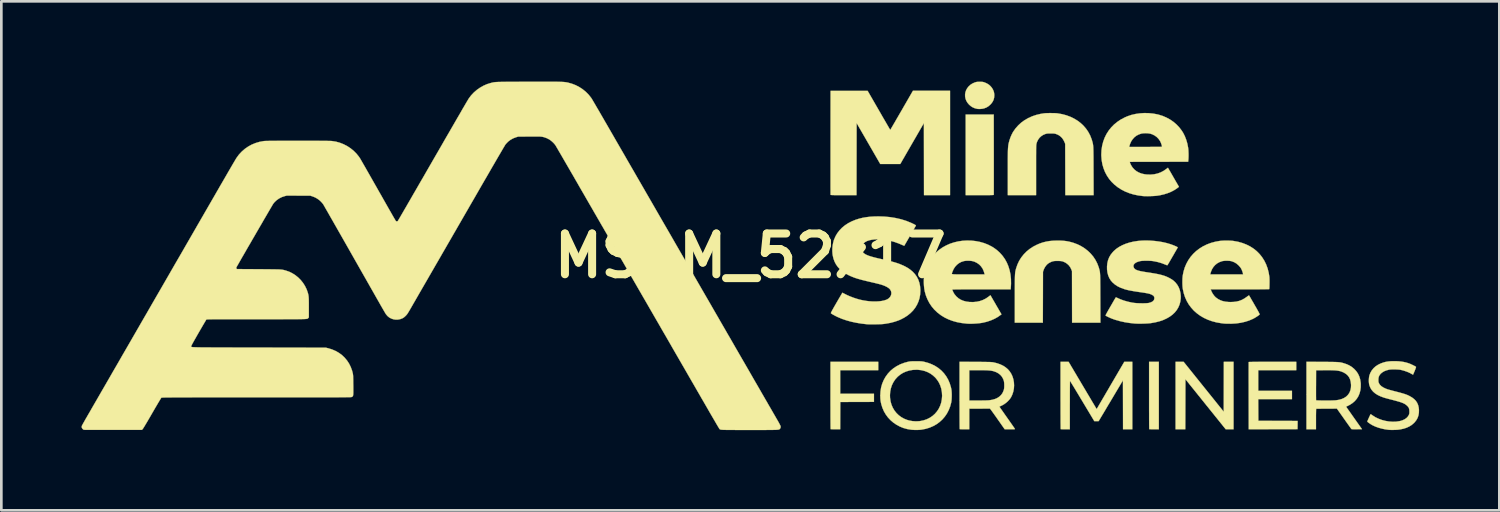
<source format=kicad_pcb>
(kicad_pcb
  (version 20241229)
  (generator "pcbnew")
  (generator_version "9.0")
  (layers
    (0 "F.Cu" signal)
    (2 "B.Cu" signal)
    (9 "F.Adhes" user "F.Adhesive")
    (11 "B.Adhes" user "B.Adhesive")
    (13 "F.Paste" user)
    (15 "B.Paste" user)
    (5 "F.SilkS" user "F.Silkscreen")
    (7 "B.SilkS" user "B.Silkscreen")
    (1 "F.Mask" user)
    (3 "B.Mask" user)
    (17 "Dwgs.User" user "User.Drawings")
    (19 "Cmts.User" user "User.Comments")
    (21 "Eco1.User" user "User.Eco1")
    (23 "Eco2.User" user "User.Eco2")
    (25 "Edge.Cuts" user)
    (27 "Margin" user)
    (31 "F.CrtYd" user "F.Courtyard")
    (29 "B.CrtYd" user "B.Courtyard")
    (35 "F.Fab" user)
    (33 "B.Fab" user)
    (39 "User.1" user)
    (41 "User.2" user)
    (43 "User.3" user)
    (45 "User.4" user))
  (footprint "MS4M_52x17"
    (layer "F.Cu")
    (at 25.003 6.515)
    (property "Reference" "MS4M_52x17" (at 0 0 0) (layer "F.SilkS") (effects (font (size 1.524 1.524) (thickness 0.3))))
    (attr through_hole)
    (fp_poly (pts (xy 18.068 6.485) (xy 17.775 6.485) (xy 17.022 5.549) (xy 16.269 4.613) (xy 16.267 5.549) (xy 16.264 6.485) (xy 15.9 6.485) (xy 15.9 3.962) (xy 16.051 3.963) (xy 16.201 3.963) (xy 16.95 4.895) (xy 17.7 5.828) (xy 17.702 4.895) (xy 17.704 3.962) (xy 18.068 3.962) (xy 18.068 6.485)) (stroke (width 0.01) (type solid)) (fill yes) (layer "F.SilkS"))
    (fp_poly (pts (xy 15.274 6.485) (xy 15.097 6.485) (xy 15.044 6.485) (xy 14.997 6.484) (xy 14.959 6.483) (xy 14.931 6.482) (xy 14.917 6.48) (xy 14.915 6.48) (xy 14.915 6.471) (xy 14.914 6.446) (xy 14.914 6.406) (xy 14.913 6.352) (xy 14.912 6.284) (xy 14.912 6.205) (xy 14.911 6.114) (xy 14.911 6.013) (xy 14.911 5.902) (xy 14.91 5.783) (xy 14.91 5.656) (xy 14.91 5.522) (xy 14.91 5.383) (xy 14.91 5.239) (xy 14.91 5.218) (xy 14.91 3.962) (xy 15.274 3.962) (xy 15.274 6.485)) (stroke (width 0.01) (type solid)) (fill yes) (layer "F.SilkS"))
    (fp_poly (pts (xy 4.784 4.276) (xy 3.361 4.276) (xy 3.361 5.156) (xy 4.623 5.156) (xy 4.623 5.461) (xy 3.365 5.465) (xy 3.363 5.975) (xy 3.361 6.485) (xy 3.185 6.485) (xy 3.132 6.485) (xy 3.085 6.484) (xy 3.046 6.483) (xy 3.018 6.482) (xy 3.004 6.48) (xy 3.003 6.48) (xy 3.002 6.471) (xy 3.002 6.446) (xy 3.001 6.406) (xy 3 6.352) (xy 3 6.284) (xy 2.999 6.205) (xy 2.999 6.114) (xy 2.998 6.013) (xy 2.998 5.902) (xy 2.998 5.783) (xy 2.998 5.656) (xy 2.997 5.522) (xy 2.997 5.383) (xy 2.997 5.239) (xy 2.997 5.218) (xy 2.997 3.962) (xy 4.784 3.962) (xy 4.784 4.276)) (stroke (width 0.01) (type solid)) (fill yes) (layer "F.SilkS"))
    (fp_poly (pts (xy 9.104 -3.79) (xy 9.104 -3.632) (xy 9.104 -3.479) (xy 9.104 -3.331) (xy 9.104 -3.189) (xy 9.104 -3.054) (xy 9.104 -2.927) (xy 9.104 -2.809) (xy 9.104 -2.701) (xy 9.104 -2.603) (xy 9.104 -2.517) (xy 9.104 -2.442) (xy 9.104 -2.381) (xy 9.104 -2.334) (xy 9.104 -2.302) (xy 9.103 -2.285) (xy 9.103 -2.283) (xy 9.102 -2.28) (xy 9.097 -2.278) (xy 9.089 -2.276) (xy 9.076 -2.274) (xy 9.056 -2.273) (xy 9.029 -2.272) (xy 8.993 -2.271) (xy 8.947 -2.27) (xy 8.889 -2.27) (xy 8.819 -2.269) (xy 8.735 -2.269) (xy 8.636 -2.269) (xy 8.576 -2.269) (xy 8.052 -2.269) (xy 8.052 -5.283) (xy 9.102 -5.283) (xy 9.104 -3.79)) (stroke (width 0.01) (type solid)) (fill yes) (layer "F.SilkS"))
    (fp_poly (pts (xy 8.625 -6.506) (xy 8.661 -6.505) (xy 8.689 -6.502) (xy 8.714 -6.497) (xy 8.741 -6.489) (xy 8.759 -6.483) (xy 8.848 -6.444) (xy 8.924 -6.396) (xy 8.989 -6.336) (xy 9.04 -6.271) (xy 9.081 -6.199) (xy 9.108 -6.127) (xy 9.121 -6.05) (xy 9.123 -5.999) (xy 9.116 -5.914) (xy 9.097 -5.838) (xy 9.064 -5.767) (xy 9.016 -5.699) (xy 8.972 -5.651) (xy 8.902 -5.591) (xy 8.828 -5.546) (xy 8.747 -5.515) (xy 8.722 -5.508) (xy 8.67 -5.498) (xy 8.612 -5.492) (xy 8.553 -5.49) (xy 8.502 -5.493) (xy 8.486 -5.495) (xy 8.394 -5.518) (xy 8.313 -5.553) (xy 8.239 -5.601) (xy 8.178 -5.655) (xy 8.119 -5.725) (xy 8.075 -5.8) (xy 8.046 -5.878) (xy 8.031 -5.958) (xy 8.03 -6.038) (xy 8.043 -6.117) (xy 8.069 -6.193) (xy 8.109 -6.265) (xy 8.16 -6.331) (xy 8.223 -6.39) (xy 8.299 -6.44) (xy 8.385 -6.479) (xy 8.395 -6.482) (xy 8.425 -6.492) (xy 8.451 -6.499) (xy 8.478 -6.503) (xy 8.51 -6.505) (xy 8.552 -6.506) (xy 8.577 -6.506) (xy 8.625 -6.506)) (stroke (width 0.01) (type solid)) (fill yes) (layer "F.SilkS"))
    (fp_poly (pts (xy 20.413 4.276) (xy 18.991 4.276) (xy 18.991 5.046) (xy 20.252 5.046) (xy 20.252 5.359) (xy 18.991 5.359) (xy 18.995 6.168) (xy 19.706 6.17) (xy 19.815 6.17) (xy 19.919 6.171) (xy 20.018 6.171) (xy 20.109 6.171) (xy 20.192 6.171) (xy 20.265 6.172) (xy 20.327 6.172) (xy 20.377 6.172) (xy 20.414 6.172) (xy 20.436 6.172) (xy 20.441 6.172) (xy 20.464 6.172) (xy 20.462 6.327) (xy 20.46 6.481) (xy 19.547 6.483) (xy 18.635 6.486) (xy 18.633 5.232) (xy 18.633 5.088) (xy 18.633 4.948) (xy 18.633 4.814) (xy 18.632 4.686) (xy 18.632 4.566) (xy 18.632 4.454) (xy 18.632 4.351) (xy 18.632 4.259) (xy 18.633 4.177) (xy 18.633 4.108) (xy 18.633 4.052) (xy 18.633 4.01) (xy 18.633 3.982) (xy 18.634 3.971) (xy 18.634 3.971) (xy 18.643 3.969) (xy 18.668 3.968) (xy 18.711 3.967) (xy 18.77 3.966) (xy 18.845 3.965) (xy 18.937 3.964) (xy 19.045 3.963) (xy 19.169 3.963) (xy 19.309 3.963) (xy 19.465 3.962) (xy 19.525 3.962) (xy 20.413 3.962) (xy 20.413 4.276)) (stroke (width 0.01) (type solid)) (fill yes) (layer "F.SilkS"))
    (fp_poly (pts (xy 7.468 -2.269) (xy 6.494 -2.269) (xy 6.492 -3.616) (xy 6.49 -4.963) (xy 6.048 -4.198) (xy 5.607 -3.433) (xy 4.859 -3.433) (xy 4.417 -4.199) (xy 3.975 -4.964) (xy 3.973 -3.617) (xy 3.971 -2.269) (xy 3.488 -2.269) (xy 3.381 -2.269) (xy 3.29 -2.269) (xy 3.213 -2.27) (xy 3.15 -2.27) (xy 3.1 -2.271) (xy 3.062 -2.272) (xy 3.033 -2.274) (xy 3.015 -2.276) (xy 3.004 -2.278) (xy 3.001 -2.28) (xy 3.001 -2.289) (xy 3 -2.314) (xy 3 -2.355) (xy 3 -2.411) (xy 3 -2.481) (xy 2.999 -2.563) (xy 2.999 -2.658) (xy 2.999 -2.765) (xy 2.999 -2.883) (xy 2.999 -3.011) (xy 2.999 -3.148) (xy 2.999 -3.293) (xy 2.999 -3.447) (xy 2.999 -3.608) (xy 2.999 -3.775) (xy 2.999 -3.948) (xy 2.999 -4.126) (xy 2.999 -4.229) (xy 3.001 -6.168) (xy 4.387 -6.168) (xy 4.808 -5.438) (xy 4.867 -5.336) (xy 4.923 -5.238) (xy 4.977 -5.145) (xy 5.027 -5.059) (xy 5.073 -4.98) (xy 5.114 -4.909) (xy 5.15 -4.847) (xy 5.18 -4.795) (xy 5.204 -4.754) (xy 5.221 -4.726) (xy 5.231 -4.711) (xy 5.232 -4.708) (xy 5.237 -4.715) (xy 5.25 -4.736) (xy 5.27 -4.77) (xy 5.296 -4.815) (xy 5.329 -4.871) (xy 5.367 -4.937) (xy 5.411 -5.011) (xy 5.458 -5.094) (xy 5.51 -5.183) (xy 5.565 -5.278) (xy 5.623 -5.378) (xy 5.659 -5.44) (xy 6.081 -6.172) (xy 7.468 -6.172) (xy 7.468 -2.269)) (stroke (width 0.01) (type solid)) (fill yes) (layer "F.SilkS"))
    (fp_poly (pts (xy 12.403 4.811) (xy 12.469 4.922) (xy 12.533 5.029) (xy 12.593 5.131) (xy 12.651 5.228) (xy 12.705 5.319) (xy 12.754 5.402) (xy 12.798 5.477) (xy 12.837 5.542) (xy 12.87 5.597) (xy 12.896 5.641) (xy 12.915 5.673) (xy 12.926 5.691) (xy 12.928 5.695) (xy 12.95 5.731) (xy 13.466 4.847) (xy 13.983 3.963) (xy 14.133 3.963) (xy 14.283 3.962) (xy 14.283 6.485) (xy 13.936 6.485) (xy 13.934 5.571) (xy 13.932 4.656) (xy 13.505 5.374) (xy 13.444 5.476) (xy 13.385 5.574) (xy 13.329 5.668) (xy 13.277 5.757) (xy 13.228 5.839) (xy 13.184 5.913) (xy 13.144 5.979) (xy 13.111 6.034) (xy 13.084 6.079) (xy 13.065 6.112) (xy 13.053 6.132) (xy 13.05 6.136) (xy 13.022 6.181) (xy 12.862 6.181) (xy 12.41 5.427) (xy 12.348 5.324) (xy 12.289 5.225) (xy 12.232 5.131) (xy 12.179 5.043) (xy 12.13 4.962) (xy 12.086 4.889) (xy 12.047 4.826) (xy 12.014 4.772) (xy 11.988 4.729) (xy 11.968 4.697) (xy 11.956 4.679) (xy 11.953 4.674) (xy 11.952 4.682) (xy 11.951 4.706) (xy 11.95 4.745) (xy 11.95 4.798) (xy 11.949 4.863) (xy 11.948 4.939) (xy 11.948 5.026) (xy 11.947 5.122) (xy 11.947 5.226) (xy 11.947 5.338) (xy 11.947 5.455) (xy 11.946 5.577) (xy 11.946 6.485) (xy 11.779 6.485) (xy 11.727 6.485) (xy 11.681 6.484) (xy 11.644 6.483) (xy 11.618 6.482) (xy 11.605 6.48) (xy 11.605 6.48) (xy 11.604 6.471) (xy 11.604 6.446) (xy 11.603 6.406) (xy 11.603 6.352) (xy 11.602 6.284) (xy 11.601 6.205) (xy 11.601 6.114) (xy 11.601 6.013) (xy 11.6 5.902) (xy 11.6 5.783) (xy 11.6 5.656) (xy 11.6 5.522) (xy 11.599 5.383) (xy 11.599 5.239) (xy 11.599 5.218) (xy 11.599 3.962) (xy 11.9 3.962) (xy 12.403 4.811)) (stroke (width 0.01) (type solid)) (fill yes) (layer "F.SilkS"))
    (fp_poly (pts (xy 11.603 -0.568) (xy 11.713 -0.562) (xy 11.815 -0.55) (xy 11.913 -0.532) (xy 12.011 -0.507) (xy 12.094 -0.482) (xy 12.241 -0.426) (xy 12.379 -0.356) (xy 12.507 -0.275) (xy 12.624 -0.183) (xy 12.73 -0.08) (xy 12.824 0.032) (xy 12.904 0.153) (xy 12.971 0.282) (xy 13.023 0.418) (xy 13.034 0.454) (xy 13.042 0.481) (xy 13.048 0.505) (xy 13.055 0.528) (xy 13.06 0.55) (xy 13.065 0.573) (xy 13.069 0.597) (xy 13.072 0.624) (xy 13.075 0.655) (xy 13.077 0.691) (xy 13.08 0.732) (xy 13.081 0.781) (xy 13.083 0.838) (xy 13.084 0.903) (xy 13.084 0.98) (xy 13.085 1.067) (xy 13.086 1.167) (xy 13.086 1.28) (xy 13.086 1.408) (xy 13.087 1.552) (xy 13.087 1.585) (xy 13.09 2.498) (xy 12.031 2.498) (xy 12.029 1.535) (xy 12.027 0.572) (xy 12.007 0.519) (xy 11.967 0.435) (xy 11.914 0.361) (xy 11.848 0.299) (xy 11.772 0.248) (xy 11.686 0.211) (xy 11.671 0.206) (xy 11.638 0.199) (xy 11.591 0.194) (xy 11.537 0.191) (xy 11.48 0.19) (xy 11.423 0.191) (xy 11.372 0.194) (xy 11.331 0.2) (xy 11.32 0.202) (xy 11.267 0.219) (xy 11.21 0.245) (xy 11.156 0.275) (xy 11.114 0.306) (xy 11.067 0.354) (xy 11.023 0.414) (xy 10.987 0.478) (xy 10.966 0.529) (xy 10.943 0.597) (xy 10.941 1.547) (xy 10.938 2.498) (xy 9.889 2.498) (xy 9.889 1.612) (xy 9.889 1.463) (xy 9.889 1.331) (xy 9.889 1.213) (xy 9.89 1.109) (xy 9.89 1.017) (xy 9.891 0.937) (xy 9.892 0.867) (xy 9.893 0.807) (xy 9.895 0.755) (xy 9.897 0.71) (xy 9.9 0.671) (xy 9.903 0.637) (xy 9.906 0.607) (xy 9.911 0.58) (xy 9.916 0.555) (xy 9.922 0.53) (xy 9.928 0.505) (xy 9.935 0.479) (xy 9.94 0.462) (xy 9.988 0.323) (xy 10.051 0.19) (xy 10.128 0.066) (xy 10.219 -0.05) (xy 10.323 -0.157) (xy 10.439 -0.253) (xy 10.567 -0.338) (xy 10.694 -0.405) (xy 10.817 -0.459) (xy 10.94 -0.501) (xy 11.066 -0.532) (xy 11.198 -0.554) (xy 11.339 -0.566) (xy 11.481 -0.57) (xy 11.603 -0.568)) (stroke (width 0.01) (type solid)) (fill yes) (layer "F.SilkS"))
    (fp_poly (pts (xy 11.283 -5.336) (xy 11.353 -5.335) (xy 11.415 -5.333) (xy 11.467 -5.329) (xy 11.489 -5.326) (xy 11.656 -5.297) (xy 11.814 -5.255) (xy 11.964 -5.2) (xy 12.103 -5.133) (xy 12.233 -5.054) (xy 12.352 -4.964) (xy 12.459 -4.864) (xy 12.554 -4.753) (xy 12.636 -4.633) (xy 12.705 -4.504) (xy 12.759 -4.367) (xy 12.782 -4.293) (xy 12.789 -4.266) (xy 12.796 -4.242) (xy 12.802 -4.219) (xy 12.807 -4.196) (xy 12.811 -4.173) (xy 12.815 -4.148) (xy 12.818 -4.121) (xy 12.821 -4.089) (xy 12.824 -4.053) (xy 12.825 -4.01) (xy 12.827 -3.96) (xy 12.828 -3.902) (xy 12.829 -3.835) (xy 12.83 -3.757) (xy 12.831 -3.668) (xy 12.831 -3.566) (xy 12.832 -3.45) (xy 12.832 -3.32) (xy 12.833 -3.174) (xy 12.833 -3.173) (xy 12.836 -2.269) (xy 11.778 -2.269) (xy 11.773 -4.187) (xy 11.751 -4.244) (xy 11.708 -4.332) (xy 11.655 -4.408) (xy 11.591 -4.47) (xy 11.516 -4.52) (xy 11.431 -4.556) (xy 11.426 -4.557) (xy 11.4 -4.565) (xy 11.375 -4.57) (xy 11.347 -4.573) (xy 11.311 -4.575) (xy 11.265 -4.576) (xy 11.231 -4.576) (xy 11.177 -4.576) (xy 11.135 -4.575) (xy 11.103 -4.572) (xy 11.077 -4.568) (xy 11.052 -4.562) (xy 11.036 -4.557) (xy 10.951 -4.522) (xy 10.876 -4.473) (xy 10.811 -4.412) (xy 10.759 -4.34) (xy 10.719 -4.258) (xy 10.702 -4.203) (xy 10.699 -4.192) (xy 10.697 -4.181) (xy 10.695 -4.169) (xy 10.693 -4.154) (xy 10.691 -4.135) (xy 10.69 -4.112) (xy 10.689 -4.084) (xy 10.688 -4.05) (xy 10.687 -4.008) (xy 10.686 -3.957) (xy 10.686 -3.897) (xy 10.686 -3.827) (xy 10.685 -3.746) (xy 10.685 -3.651) (xy 10.685 -3.544) (xy 10.685 -3.422) (xy 10.685 -3.285) (xy 10.685 -3.203) (xy 10.685 -2.269) (xy 9.627 -2.269) (xy 9.627 -3.115) (xy 9.627 -3.263) (xy 9.627 -3.394) (xy 9.627 -3.511) (xy 9.627 -3.615) (xy 9.628 -3.706) (xy 9.629 -3.785) (xy 9.63 -3.855) (xy 9.631 -3.915) (xy 9.633 -3.967) (xy 9.635 -4.011) (xy 9.638 -4.05) (xy 9.641 -4.085) (xy 9.644 -4.115) (xy 9.648 -4.143) (xy 9.652 -4.169) (xy 9.657 -4.195) (xy 9.662 -4.215) (xy 9.689 -4.319) (xy 9.725 -4.424) (xy 9.768 -4.525) (xy 9.815 -4.616) (xy 9.832 -4.644) (xy 9.92 -4.768) (xy 10.021 -4.881) (xy 10.133 -4.983) (xy 10.257 -5.073) (xy 10.392 -5.15) (xy 10.537 -5.216) (xy 10.691 -5.268) (xy 10.855 -5.307) (xy 10.973 -5.326) (xy 11.017 -5.331) (xy 11.074 -5.334) (xy 11.14 -5.336) (xy 11.211 -5.337) (xy 11.283 -5.336)) (stroke (width 0.01) (type solid)) (fill yes) (layer "F.SilkS"))
    (fp_poly (pts (xy 6.265 3.942) (xy 6.319 3.942) (xy 6.362 3.944) (xy 6.396 3.946) (xy 6.426 3.949) (xy 6.455 3.953) (xy 6.484 3.959) (xy 6.494 3.961) (xy 6.646 4.002) (xy 6.787 4.056) (xy 6.918 4.122) (xy 7.038 4.201) (xy 7.146 4.291) (xy 7.242 4.393) (xy 7.326 4.506) (xy 7.397 4.63) (xy 7.455 4.764) (xy 7.499 4.907) (xy 7.516 4.983) (xy 7.524 5.039) (xy 7.529 5.107) (xy 7.532 5.183) (xy 7.531 5.262) (xy 7.528 5.339) (xy 7.523 5.41) (xy 7.514 5.471) (xy 7.511 5.486) (xy 7.472 5.632) (xy 7.418 5.769) (xy 7.352 5.896) (xy 7.272 6.013) (xy 7.18 6.119) (xy 7.077 6.213) (xy 6.963 6.296) (xy 6.839 6.366) (xy 6.704 6.424) (xy 6.561 6.468) (xy 6.409 6.497) (xy 6.376 6.502) (xy 6.328 6.506) (xy 6.269 6.509) (xy 6.203 6.51) (xy 6.136 6.509) (xy 6.074 6.506) (xy 6.021 6.502) (xy 6.013 6.501) (xy 5.865 6.476) (xy 5.724 6.437) (xy 5.591 6.383) (xy 5.466 6.316) (xy 5.35 6.237) (xy 5.244 6.146) (xy 5.149 6.045) (xy 5.066 5.933) (xy 4.995 5.812) (xy 4.939 5.682) (xy 4.899 5.554) (xy 4.882 5.48) (xy 4.87 5.411) (xy 4.863 5.34) (xy 4.86 5.262) (xy 4.86 5.222) (xy 4.86 5.212) (xy 5.221 5.212) (xy 5.225 5.315) (xy 5.244 5.443) (xy 5.278 5.564) (xy 5.326 5.677) (xy 5.387 5.781) (xy 5.462 5.875) (xy 5.548 5.959) (xy 5.645 6.031) (xy 5.752 6.091) (xy 5.87 6.137) (xy 5.935 6.156) (xy 6.058 6.179) (xy 6.185 6.188) (xy 6.311 6.183) (xy 6.361 6.176) (xy 6.487 6.149) (xy 6.605 6.108) (xy 6.714 6.053) (xy 6.813 5.986) (xy 6.902 5.907) (xy 6.979 5.817) (xy 7.045 5.718) (xy 7.097 5.61) (xy 7.137 5.493) (xy 7.161 5.37) (xy 7.171 5.241) (xy 7.171 5.224) (xy 7.163 5.093) (xy 7.141 4.968) (xy 7.103 4.85) (xy 7.053 4.741) (xy 6.989 4.641) (xy 6.914 4.55) (xy 6.828 4.471) (xy 6.732 4.402) (xy 6.626 4.346) (xy 6.511 4.303) (xy 6.389 4.274) (xy 6.26 4.26) (xy 6.203 4.259) (xy 6.069 4.266) (xy 5.942 4.289) (xy 5.822 4.326) (xy 5.709 4.376) (xy 5.606 4.441) (xy 5.512 4.518) (xy 5.429 4.608) (xy 5.415 4.626) (xy 5.347 4.729) (xy 5.293 4.841) (xy 5.254 4.959) (xy 5.23 5.083) (xy 5.221 5.212) (xy 4.86 5.212) (xy 4.868 5.07) (xy 4.89 4.925) (xy 4.929 4.787) (xy 4.983 4.656) (xy 5.052 4.531) (xy 5.137 4.413) (xy 5.152 4.395) (xy 5.247 4.293) (xy 5.355 4.203) (xy 5.474 4.125) (xy 5.603 4.058) (xy 5.743 4.004) (xy 5.891 3.963) (xy 5.901 3.961) (xy 5.932 3.955) (xy 5.96 3.95) (xy 5.989 3.947) (xy 6.022 3.944) (xy 6.062 3.943) (xy 6.112 3.942) (xy 6.174 3.942) (xy 6.198 3.942) (xy 6.265 3.942)) (stroke (width 0.01) (type solid)) (fill yes) (layer "F.SilkS"))
    (fp_poly (pts (xy 21.38 3.965) (xy 21.5 3.965) (xy 21.605 3.966) (xy 21.695 3.967) (xy 21.773 3.968) (xy 21.839 3.969) (xy 21.895 3.971) (xy 21.944 3.973) (xy 21.985 3.976) (xy 22.021 3.979) (xy 22.052 3.983) (xy 22.081 3.988) (xy 22.109 3.994) (xy 22.137 4.001) (xy 22.166 4.009) (xy 22.194 4.017) (xy 22.306 4.055) (xy 22.404 4.102) (xy 22.493 4.158) (xy 22.574 4.225) (xy 22.578 4.228) (xy 22.655 4.312) (xy 22.718 4.403) (xy 22.766 4.503) (xy 22.8 4.612) (xy 22.819 4.73) (xy 22.824 4.784) (xy 22.823 4.913) (xy 22.808 5.033) (xy 22.778 5.145) (xy 22.734 5.249) (xy 22.676 5.343) (xy 22.604 5.428) (xy 22.518 5.503) (xy 22.42 5.568) (xy 22.371 5.594) (xy 22.276 5.641) (xy 22.324 5.71) (xy 22.339 5.73) (xy 22.362 5.763) (xy 22.393 5.806) (xy 22.43 5.859) (xy 22.472 5.918) (xy 22.517 5.983) (xy 22.566 6.052) (xy 22.616 6.123) (xy 22.621 6.13) (xy 22.87 6.481) (xy 22.677 6.484) (xy 22.611 6.484) (xy 22.559 6.484) (xy 22.522 6.483) (xy 22.496 6.481) (xy 22.48 6.478) (xy 22.473 6.475) (xy 22.467 6.466) (xy 22.451 6.445) (xy 22.428 6.412) (xy 22.397 6.37) (xy 22.361 6.319) (xy 22.319 6.26) (xy 22.273 6.196) (xy 22.225 6.127) (xy 22.198 6.089) (xy 21.933 5.713) (xy 21.549 5.714) (xy 21.47 5.715) (xy 21.396 5.715) (xy 21.329 5.716) (xy 21.27 5.716) (xy 21.222 5.717) (xy 21.186 5.718) (xy 21.164 5.719) (xy 21.157 5.72) (xy 21.156 5.729) (xy 21.154 5.753) (xy 21.153 5.791) (xy 21.152 5.841) (xy 21.151 5.901) (xy 21.15 5.969) (xy 21.15 6.043) (xy 21.15 6.105) (xy 21.15 6.485) (xy 20.794 6.485) (xy 20.794 5.105) (xy 21.151 5.105) (xy 21.151 5.182) (xy 21.151 5.249) (xy 21.152 5.306) (xy 21.152 5.35) (xy 21.153 5.381) (xy 21.153 5.398) (xy 21.154 5.4) (xy 21.163 5.402) (xy 21.187 5.404) (xy 21.224 5.406) (xy 21.271 5.408) (xy 21.327 5.409) (xy 21.39 5.41) (xy 21.457 5.41) (xy 21.526 5.411) (xy 21.596 5.41) (xy 21.664 5.41) (xy 21.728 5.409) (xy 21.786 5.407) (xy 21.836 5.405) (xy 21.876 5.403) (xy 21.894 5.401) (xy 22.007 5.384) (xy 22.109 5.355) (xy 22.198 5.316) (xy 22.275 5.267) (xy 22.338 5.207) (xy 22.389 5.138) (xy 22.403 5.111) (xy 22.43 5.047) (xy 22.448 4.985) (xy 22.458 4.919) (xy 22.461 4.844) (xy 22.46 4.813) (xy 22.45 4.714) (xy 22.427 4.625) (xy 22.392 4.548) (xy 22.343 4.48) (xy 22.281 4.422) (xy 22.205 4.373) (xy 22.187 4.364) (xy 22.145 4.345) (xy 22.104 4.328) (xy 22.061 4.314) (xy 22.016 4.303) (xy 21.965 4.294) (xy 21.908 4.287) (xy 21.843 4.282) (xy 21.767 4.279) (xy 21.68 4.277) (xy 21.579 4.277) (xy 21.471 4.277) (xy 21.154 4.28) (xy 21.152 4.834) (xy 21.151 4.93) (xy 21.151 5.021) (xy 21.151 5.105) (xy 20.794 5.105) (xy 20.794 3.961) (xy 21.38 3.965)) (stroke (width 0.01) (type solid)) (fill yes) (layer "F.SilkS"))
    (fp_poly (pts (xy 14.898 -5.334) (xy 15.063 -5.318) (xy 15.224 -5.288) (xy 15.264 -5.278) (xy 15.416 -5.231) (xy 15.56 -5.169) (xy 15.696 -5.095) (xy 15.822 -5.008) (xy 15.937 -4.909) (xy 16.041 -4.799) (xy 16.132 -4.679) (xy 16.187 -4.592) (xy 16.248 -4.47) (xy 16.299 -4.337) (xy 16.34 -4.196) (xy 16.368 -4.051) (xy 16.371 -4.033) (xy 16.377 -3.979) (xy 16.381 -3.913) (xy 16.384 -3.84) (xy 16.385 -3.764) (xy 16.384 -3.692) (xy 16.381 -3.626) (xy 16.377 -3.577) (xy 16.37 -3.518) (xy 15.279 -3.516) (xy 14.188 -3.514) (xy 14.194 -3.49) (xy 14.206 -3.453) (xy 14.227 -3.409) (xy 14.253 -3.361) (xy 14.282 -3.317) (xy 14.294 -3.3) (xy 14.361 -3.226) (xy 14.44 -3.163) (xy 14.53 -3.113) (xy 14.631 -3.075) (xy 14.742 -3.05) (xy 14.829 -3.04) (xy 14.968 -3.037) (xy 15.1 -3.049) (xy 15.225 -3.077) (xy 15.344 -3.12) (xy 15.456 -3.179) (xy 15.561 -3.253) (xy 15.573 -3.262) (xy 15.594 -3.279) (xy 15.61 -3.29) (xy 15.616 -3.292) (xy 15.62 -3.285) (xy 15.632 -3.264) (xy 15.651 -3.231) (xy 15.676 -3.188) (xy 15.707 -3.136) (xy 15.741 -3.076) (xy 15.779 -3.01) (xy 15.819 -2.94) (xy 15.822 -2.934) (xy 16.027 -2.58) (xy 15.979 -2.543) (xy 15.869 -2.467) (xy 15.746 -2.401) (xy 15.611 -2.345) (xy 15.466 -2.299) (xy 15.312 -2.264) (xy 15.21 -2.248) (xy 15.157 -2.242) (xy 15.092 -2.238) (xy 15.019 -2.234) (xy 14.942 -2.232) (xy 14.865 -2.23) (xy 14.792 -2.231) (xy 14.728 -2.232) (xy 14.679 -2.235) (xy 14.499 -2.259) (xy 14.328 -2.295) (xy 14.166 -2.344) (xy 14.014 -2.405) (xy 13.872 -2.478) (xy 13.741 -2.562) (xy 13.621 -2.657) (xy 13.512 -2.762) (xy 13.416 -2.876) (xy 13.333 -3) (xy 13.263 -3.132) (xy 13.207 -3.273) (xy 13.164 -3.421) (xy 13.137 -3.577) (xy 13.124 -3.739) (xy 13.123 -3.789) (xy 13.131 -3.954) (xy 13.149 -4.072) (xy 14.166 -4.072) (xy 14.779 -4.072) (xy 14.896 -4.072) (xy 14.996 -4.073) (xy 15.083 -4.073) (xy 15.155 -4.073) (xy 15.216 -4.073) (xy 15.265 -4.074) (xy 15.304 -4.074) (xy 15.334 -4.075) (xy 15.356 -4.077) (xy 15.372 -4.078) (xy 15.382 -4.08) (xy 15.389 -4.082) (xy 15.391 -4.084) (xy 15.392 -4.087) (xy 15.392 -4.089) (xy 15.389 -4.111) (xy 15.38 -4.144) (xy 15.367 -4.183) (xy 15.352 -4.223) (xy 15.336 -4.26) (xy 15.323 -4.287) (xy 15.267 -4.368) (xy 15.2 -4.439) (xy 15.122 -4.496) (xy 15.034 -4.541) (xy 14.963 -4.565) (xy 14.909 -4.575) (xy 14.844 -4.582) (xy 14.775 -4.584) (xy 14.707 -4.581) (xy 14.646 -4.575) (xy 14.618 -4.569) (xy 14.523 -4.537) (xy 14.437 -4.492) (xy 14.361 -4.433) (xy 14.296 -4.361) (xy 14.241 -4.279) (xy 14.199 -4.185) (xy 14.182 -4.131) (xy 14.166 -4.072) (xy 13.149 -4.072) (xy 13.155 -4.114) (xy 13.194 -4.267) (xy 13.247 -4.412) (xy 13.315 -4.55) (xy 13.397 -4.679) (xy 13.492 -4.799) (xy 13.6 -4.909) (xy 13.721 -5.008) (xy 13.854 -5.097) (xy 13.998 -5.173) (xy 14.102 -5.218) (xy 14.249 -5.268) (xy 14.405 -5.304) (xy 14.567 -5.327) (xy 14.732 -5.338) (xy 14.898 -5.334)) (stroke (width 0.01) (type solid)) (fill yes) (layer "F.SilkS"))
    (fp_poly (pts (xy 8.418 3.965) (xy 8.536 3.966) (xy 8.638 3.966) (xy 8.726 3.967) (xy 8.801 3.968) (xy 8.864 3.969) (xy 8.916 3.97) (xy 8.959 3.971) (xy 8.995 3.973) (xy 9.023 3.975) (xy 9.047 3.977) (xy 9.066 3.979) (xy 9.082 3.982) (xy 9.085 3.982) (xy 9.222 4.015) (xy 9.345 4.058) (xy 9.454 4.11) (xy 9.55 4.173) (xy 9.634 4.245) (xy 9.699 4.321) (xy 9.758 4.413) (xy 9.804 4.513) (xy 9.836 4.62) (xy 9.856 4.732) (xy 9.862 4.845) (xy 9.855 4.959) (xy 9.834 5.071) (xy 9.8 5.179) (xy 9.753 5.279) (xy 9.744 5.295) (xy 9.697 5.362) (xy 9.637 5.428) (xy 9.568 5.491) (xy 9.493 5.546) (xy 9.417 5.59) (xy 9.374 5.61) (xy 9.343 5.624) (xy 9.323 5.636) (xy 9.317 5.644) (xy 9.317 5.645) (xy 9.323 5.653) (xy 9.337 5.674) (xy 9.359 5.707) (xy 9.389 5.749) (xy 9.425 5.801) (xy 9.466 5.859) (xy 9.512 5.925) (xy 9.561 5.995) (xy 9.605 6.057) (xy 9.657 6.131) (xy 9.706 6.201) (xy 9.751 6.265) (xy 9.792 6.323) (xy 9.827 6.374) (xy 9.856 6.415) (xy 9.877 6.446) (xy 9.89 6.466) (xy 9.894 6.473) (xy 9.894 6.477) (xy 9.889 6.48) (xy 9.877 6.482) (xy 9.855 6.484) (xy 9.823 6.485) (xy 9.778 6.485) (xy 9.719 6.485) (xy 9.706 6.485) (xy 9.512 6.485) (xy 9.24 6.098) (xy 9.19 6.026) (xy 9.142 5.959) (xy 9.098 5.897) (xy 9.058 5.842) (xy 9.024 5.795) (xy 8.996 5.757) (xy 8.975 5.73) (xy 8.962 5.715) (xy 8.959 5.712) (xy 8.949 5.712) (xy 8.923 5.712) (xy 8.884 5.712) (xy 8.834 5.713) (xy 8.773 5.713) (xy 8.705 5.713) (xy 8.63 5.714) (xy 8.568 5.714) (xy 8.187 5.715) (xy 8.187 6.485) (xy 8.011 6.485) (xy 7.958 6.485) (xy 7.911 6.484) (xy 7.872 6.483) (xy 7.844 6.482) (xy 7.83 6.48) (xy 7.829 6.48) (xy 7.828 6.471) (xy 7.828 6.446) (xy 7.827 6.406) (xy 7.826 6.352) (xy 7.826 6.284) (xy 7.825 6.205) (xy 7.825 6.114) (xy 7.824 6.013) (xy 7.824 5.902) (xy 7.824 5.783) (xy 7.824 5.656) (xy 7.823 5.522) (xy 7.823 5.383) (xy 7.823 5.239) (xy 7.823 5.218) (xy 7.823 4.276) (xy 8.187 4.276) (xy 8.187 5.41) (xy 8.518 5.41) (xy 8.595 5.41) (xy 8.67 5.409) (xy 8.741 5.408) (xy 8.804 5.407) (xy 8.859 5.405) (xy 8.901 5.403) (xy 8.929 5.401) (xy 8.931 5.401) (xy 9.047 5.382) (xy 9.149 5.353) (xy 9.239 5.313) (xy 9.316 5.262) (xy 9.379 5.201) (xy 9.43 5.129) (xy 9.467 5.046) (xy 9.471 5.035) (xy 9.481 5.003) (xy 9.487 4.975) (xy 9.491 4.946) (xy 9.494 4.91) (xy 9.495 4.863) (xy 9.495 4.851) (xy 9.494 4.787) (xy 9.49 4.735) (xy 9.483 4.69) (xy 9.471 4.647) (xy 9.453 4.603) (xy 9.442 4.58) (xy 9.4 4.51) (xy 9.343 4.447) (xy 9.274 4.393) (xy 9.193 4.349) (xy 9.102 4.316) (xy 9.081 4.31) (xy 9.044 4.302) (xy 9.006 4.295) (xy 8.965 4.289) (xy 8.919 4.285) (xy 8.866 4.281) (xy 8.804 4.279) (xy 8.731 4.277) (xy 8.646 4.276) (xy 8.546 4.276) (xy 8.518 4.276) (xy 8.187 4.276) (xy 7.823 4.276) (xy 7.823 3.961) (xy 8.418 3.965)) (stroke (width 0.01) (type solid)) (fill yes) (layer "F.SilkS"))
    (fp_poly (pts (xy 8.269 -0.568) (xy 8.431 -0.55) (xy 8.59 -0.519) (xy 8.743 -0.475) (xy 8.89 -0.417) (xy 9.029 -0.346) (xy 9.093 -0.307) (xy 9.219 -0.216) (xy 9.331 -0.114) (xy 9.431 -0.001) (xy 9.518 0.121) (xy 9.591 0.253) (xy 9.65 0.394) (xy 9.696 0.544) (xy 9.728 0.702) (xy 9.745 0.867) (xy 9.748 1.04) (xy 9.742 1.162) (xy 9.735 1.253) (xy 8.644 1.253) (xy 8.48 1.253) (xy 8.332 1.253) (xy 8.2 1.253) (xy 8.082 1.254) (xy 7.978 1.254) (xy 7.888 1.254) (xy 7.81 1.255) (xy 7.745 1.255) (xy 7.69 1.256) (xy 7.645 1.257) (xy 7.61 1.258) (xy 7.584 1.259) (xy 7.567 1.26) (xy 7.556 1.262) (xy 7.553 1.263) (xy 7.552 1.264) (xy 7.557 1.282) (xy 7.568 1.31) (xy 7.584 1.345) (xy 7.602 1.381) (xy 7.621 1.415) (xy 7.635 1.435) (xy 7.7 1.515) (xy 7.776 1.583) (xy 7.863 1.638) (xy 7.961 1.68) (xy 8.068 1.709) (xy 8.186 1.725) (xy 8.192 1.726) (xy 8.332 1.729) (xy 8.463 1.717) (xy 8.585 1.691) (xy 8.7 1.65) (xy 8.809 1.595) (xy 8.912 1.524) (xy 8.927 1.512) (xy 8.951 1.493) (xy 8.969 1.48) (xy 8.978 1.475) (xy 8.978 1.475) (xy 8.983 1.482) (xy 8.995 1.503) (xy 9.014 1.536) (xy 9.039 1.579) (xy 9.069 1.631) (xy 9.104 1.691) (xy 9.142 1.757) (xy 9.183 1.827) (xy 9.186 1.833) (xy 9.391 2.188) (xy 9.371 2.203) (xy 9.256 2.284) (xy 9.129 2.355) (xy 8.991 2.415) (xy 8.845 2.464) (xy 8.693 2.5) (xy 8.636 2.51) (xy 8.553 2.521) (xy 8.462 2.529) (xy 8.367 2.535) (xy 8.272 2.539) (xy 8.183 2.539) (xy 8.105 2.535) (xy 8.09 2.534) (xy 7.902 2.512) (xy 7.726 2.479) (xy 7.562 2.433) (xy 7.407 2.375) (xy 7.263 2.305) (xy 7.128 2.222) (xy 7.002 2.126) (xy 6.981 2.107) (xy 6.873 2.003) (xy 6.776 1.886) (xy 6.692 1.759) (xy 6.622 1.624) (xy 6.565 1.481) (xy 6.523 1.333) (xy 6.521 1.321) (xy 6.503 1.219) (xy 6.492 1.108) (xy 6.487 0.994) (xy 6.488 0.881) (xy 6.497 0.775) (xy 6.506 0.707) (xy 6.517 0.661) (xy 7.534 0.661) (xy 7.536 0.67) (xy 7.541 0.677) (xy 7.552 0.682) (xy 7.57 0.687) (xy 7.596 0.69) (xy 7.63 0.692) (xy 7.674 0.693) (xy 7.729 0.694) (xy 7.796 0.695) (xy 7.876 0.695) (xy 7.97 0.694) (xy 8.08 0.694) (xy 8.148 0.694) (xy 8.761 0.694) (xy 8.754 0.661) (xy 8.723 0.561) (xy 8.68 0.47) (xy 8.623 0.39) (xy 8.556 0.322) (xy 8.477 0.266) (xy 8.388 0.222) (xy 8.324 0.201) (xy 8.271 0.191) (xy 8.207 0.185) (xy 8.138 0.183) (xy 8.071 0.185) (xy 8.01 0.192) (xy 7.98 0.198) (xy 7.886 0.229) (xy 7.801 0.275) (xy 7.725 0.334) (xy 7.659 0.406) (xy 7.604 0.49) (xy 7.562 0.584) (xy 7.553 0.609) (xy 7.547 0.625) (xy 7.541 0.639) (xy 7.537 0.651) (xy 7.534 0.661) (xy 6.517 0.661) (xy 6.543 0.547) (xy 6.594 0.396) (xy 6.66 0.253) (xy 6.739 0.119) (xy 6.832 -0.005) (xy 6.938 -0.119) (xy 7.056 -0.221) (xy 7.187 -0.313) (xy 7.322 -0.388) (xy 7.468 -0.453) (xy 7.622 -0.503) (xy 7.78 -0.54) (xy 7.942 -0.563) (xy 8.105 -0.572) (xy 8.269 -0.568)) (stroke (width 0.01) (type solid)) (fill yes) (layer "F.SilkS"))
    (fp_poly (pts (xy 17.874 -0.569) (xy 17.959 -0.566) (xy 18.034 -0.56) (xy 18.071 -0.555) (xy 18.241 -0.524) (xy 18.402 -0.478) (xy 18.552 -0.42) (xy 18.692 -0.349) (xy 18.821 -0.266) (xy 18.938 -0.171) (xy 19.044 -0.064) (xy 19.137 0.054) (xy 19.218 0.182) (xy 19.286 0.321) (xy 19.341 0.47) (xy 19.381 0.628) (xy 19.406 0.779) (xy 19.409 0.807) (xy 19.41 0.847) (xy 19.412 0.895) (xy 19.412 0.948) (xy 19.412 1.004) (xy 19.411 1.06) (xy 19.41 1.113) (xy 19.409 1.161) (xy 19.407 1.201) (xy 19.405 1.229) (xy 19.402 1.244) (xy 19.402 1.244) (xy 19.393 1.246) (xy 19.368 1.247) (xy 19.328 1.248) (xy 19.271 1.249) (xy 19.199 1.25) (xy 19.11 1.251) (xy 19.005 1.252) (xy 18.884 1.252) (xy 18.746 1.253) (xy 18.591 1.253) (xy 18.42 1.253) (xy 18.305 1.253) (xy 17.213 1.253) (xy 17.225 1.285) (xy 17.256 1.357) (xy 17.297 1.428) (xy 17.344 1.492) (xy 17.395 1.546) (xy 17.408 1.557) (xy 17.487 1.615) (xy 17.574 1.66) (xy 17.668 1.694) (xy 17.772 1.715) (xy 17.887 1.726) (xy 17.954 1.728) (xy 18.074 1.723) (xy 18.183 1.709) (xy 18.284 1.684) (xy 18.379 1.647) (xy 18.471 1.597) (xy 18.563 1.534) (xy 18.568 1.53) (xy 18.601 1.506) (xy 18.623 1.49) (xy 18.637 1.482) (xy 18.645 1.481) (xy 18.651 1.486) (xy 18.655 1.492) (xy 18.662 1.503) (xy 18.676 1.528) (xy 18.697 1.563) (xy 18.723 1.609) (xy 18.754 1.663) (xy 18.79 1.724) (xy 18.828 1.79) (xy 18.859 1.845) (xy 18.908 1.929) (xy 18.947 1.999) (xy 18.98 2.057) (xy 19.005 2.103) (xy 19.023 2.138) (xy 19.036 2.164) (xy 19.043 2.181) (xy 19.044 2.191) (xy 19.044 2.192) (xy 19.03 2.206) (xy 19.005 2.226) (xy 18.97 2.251) (xy 18.93 2.277) (xy 18.886 2.305) (xy 18.841 2.331) (xy 18.799 2.353) (xy 18.792 2.357) (xy 18.651 2.418) (xy 18.5 2.466) (xy 18.338 2.503) (xy 18.167 2.527) (xy 17.988 2.538) (xy 17.802 2.537) (xy 17.746 2.534) (xy 17.718 2.532) (xy 17.679 2.528) (xy 17.635 2.522) (xy 17.602 2.518) (xy 17.428 2.488) (xy 17.262 2.444) (xy 17.105 2.388) (xy 16.959 2.32) (xy 16.822 2.24) (xy 16.697 2.149) (xy 16.583 2.048) (xy 16.482 1.936) (xy 16.392 1.815) (xy 16.316 1.684) (xy 16.254 1.545) (xy 16.206 1.398) (xy 16.172 1.243) (xy 16.167 1.211) (xy 16.161 1.152) (xy 16.157 1.082) (xy 16.155 1.005) (xy 16.156 0.926) (xy 16.158 0.851) (xy 16.163 0.784) (xy 16.167 0.748) (xy 16.177 0.694) (xy 17.195 0.694) (xy 18.425 0.694) (xy 18.42 0.663) (xy 18.408 0.616) (xy 18.39 0.563) (xy 18.368 0.511) (xy 18.346 0.467) (xy 18.328 0.441) (xy 18.301 0.407) (xy 18.27 0.373) (xy 18.25 0.351) (xy 18.175 0.287) (xy 18.091 0.238) (xy 18 0.203) (xy 17.979 0.198) (xy 17.924 0.188) (xy 17.859 0.184) (xy 17.79 0.183) (xy 17.722 0.187) (xy 17.662 0.195) (xy 17.634 0.202) (xy 17.539 0.236) (xy 17.454 0.283) (xy 17.379 0.344) (xy 17.315 0.417) (xy 17.262 0.502) (xy 17.222 0.598) (xy 17.201 0.671) (xy 17.195 0.694) (xy 16.177 0.694) (xy 16.198 0.59) (xy 16.243 0.439) (xy 16.303 0.297) (xy 16.376 0.164) (xy 16.462 0.039) (xy 16.561 -0.075) (xy 16.672 -0.18) (xy 16.794 -0.273) (xy 16.926 -0.355) (xy 17.069 -0.425) (xy 17.221 -0.482) (xy 17.382 -0.526) (xy 17.547 -0.556) (xy 17.617 -0.563) (xy 17.698 -0.568) (xy 17.786 -0.57) (xy 17.874 -0.569)) (stroke (width 0.01) (type solid)) (fill yes) (layer "F.SilkS"))
    (fp_poly (pts (xy 24.115 3.939) (xy 24.13 3.939) (xy 24.241 3.944) (xy 24.34 3.954) (xy 24.432 3.969) (xy 24.521 3.989) (xy 24.611 4.017) (xy 24.64 4.027) (xy 24.67 4.039) (xy 24.706 4.055) (xy 24.747 4.074) (xy 24.788 4.094) (xy 24.826 4.113) (xy 24.858 4.131) (xy 24.881 4.144) (xy 24.891 4.152) (xy 24.89 4.163) (xy 24.883 4.188) (xy 24.87 4.225) (xy 24.852 4.272) (xy 24.841 4.3) (xy 24.822 4.345) (xy 24.805 4.384) (xy 24.792 4.415) (xy 24.783 4.435) (xy 24.779 4.442) (xy 24.77 4.44) (xy 24.752 4.431) (xy 24.738 4.423) (xy 24.674 4.387) (xy 24.597 4.351) (xy 24.513 4.319) (xy 24.425 4.29) (xy 24.339 4.268) (xy 24.312 4.262) (xy 24.27 4.255) (xy 24.216 4.251) (xy 24.155 4.248) (xy 24.091 4.246) (xy 24.027 4.246) (xy 23.968 4.248) (xy 23.918 4.252) (xy 23.881 4.257) (xy 23.88 4.257) (xy 23.786 4.282) (xy 23.705 4.313) (xy 23.638 4.352) (xy 23.581 4.398) (xy 23.561 4.418) (xy 23.525 4.466) (xy 23.501 4.514) (xy 23.487 4.569) (xy 23.483 4.635) (xy 23.483 4.64) (xy 23.484 4.68) (xy 23.486 4.71) (xy 23.492 4.733) (xy 23.501 4.757) (xy 23.506 4.768) (xy 23.542 4.823) (xy 23.594 4.874) (xy 23.663 4.92) (xy 23.747 4.961) (xy 23.808 4.985) (xy 23.836 4.994) (xy 23.876 5.006) (xy 23.928 5.02) (xy 23.987 5.036) (xy 24.051 5.053) (xy 24.116 5.07) (xy 24.122 5.071) (xy 24.226 5.098) (xy 24.315 5.122) (xy 24.392 5.144) (xy 24.458 5.164) (xy 24.516 5.184) (xy 24.567 5.204) (xy 24.613 5.225) (xy 24.647 5.242) (xy 24.742 5.297) (xy 24.82 5.357) (xy 24.884 5.423) (xy 24.933 5.497) (xy 24.968 5.578) (xy 24.99 5.668) (xy 25 5.762) (xy 24.997 5.868) (xy 24.981 5.966) (xy 24.95 6.056) (xy 24.905 6.14) (xy 24.843 6.219) (xy 24.811 6.253) (xy 24.732 6.321) (xy 24.642 6.378) (xy 24.541 6.425) (xy 24.429 6.462) (xy 24.303 6.489) (xy 24.243 6.498) (xy 24.197 6.503) (xy 24.14 6.506) (xy 24.077 6.508) (xy 24.012 6.51) (xy 23.951 6.509) (xy 23.898 6.507) (xy 23.868 6.505) (xy 23.737 6.487) (xy 23.61 6.46) (xy 23.487 6.426) (xy 23.373 6.385) (xy 23.271 6.338) (xy 23.237 6.319) (xy 23.202 6.298) (xy 23.165 6.274) (xy 23.13 6.249) (xy 23.1 6.227) (xy 23.078 6.209) (xy 23.068 6.198) (xy 23.07 6.189) (xy 23.078 6.168) (xy 23.091 6.137) (xy 23.107 6.101) (xy 23.125 6.061) (xy 23.143 6.021) (xy 23.161 5.984) (xy 23.176 5.953) (xy 23.187 5.931) (xy 23.194 5.92) (xy 23.201 5.924) (xy 23.22 5.935) (xy 23.245 5.953) (xy 23.267 5.968) (xy 23.374 6.036) (xy 23.492 6.092) (xy 23.617 6.138) (xy 23.747 6.172) (xy 23.88 6.194) (xy 24.013 6.203) (xy 24.143 6.2) (xy 24.268 6.182) (xy 24.314 6.172) (xy 24.398 6.144) (xy 24.473 6.107) (xy 24.536 6.062) (xy 24.586 6.009) (xy 24.619 5.954) (xy 24.63 5.929) (xy 24.637 5.906) (xy 24.641 5.88) (xy 24.642 5.845) (xy 24.642 5.821) (xy 24.639 5.761) (xy 24.63 5.713) (xy 24.613 5.672) (xy 24.585 5.634) (xy 24.551 5.6) (xy 24.521 5.575) (xy 24.489 5.551) (xy 24.453 5.529) (xy 24.411 5.509) (xy 24.361 5.489) (xy 24.303 5.468) (xy 24.233 5.447) (xy 24.151 5.424) (xy 24.056 5.398) (xy 24.004 5.385) (xy 23.937 5.368) (xy 23.871 5.351) (xy 23.809 5.334) (xy 23.753 5.319) (xy 23.708 5.306) (xy 23.676 5.296) (xy 23.557 5.251) (xy 23.453 5.201) (xy 23.364 5.144) (xy 23.289 5.08) (xy 23.229 5.009) (xy 23.182 4.931) (xy 23.148 4.844) (xy 23.142 4.826) (xy 23.133 4.775) (xy 23.127 4.713) (xy 23.126 4.646) (xy 23.13 4.579) (xy 23.137 4.518) (xy 23.146 4.475) (xy 23.183 4.376) (xy 23.234 4.287) (xy 23.299 4.206) (xy 23.377 4.135) (xy 23.469 4.074) (xy 23.573 4.023) (xy 23.684 3.984) (xy 23.759 3.965) (xy 23.836 3.952) (xy 23.919 3.943) (xy 24.011 3.939) (xy 24.115 3.939)) (stroke (width 0.01) (type solid)) (fill yes) (layer "F.SilkS"))
    (fp_poly (pts (xy 14.955 -0.568) (xy 15.124 -0.555) (xy 15.28 -0.535) (xy 15.427 -0.51) (xy 15.567 -0.477) (xy 15.703 -0.437) (xy 15.741 -0.424) (xy 15.787 -0.407) (xy 15.833 -0.389) (xy 15.877 -0.371) (xy 15.916 -0.353) (xy 15.949 -0.338) (xy 15.972 -0.325) (xy 15.982 -0.317) (xy 15.982 -0.315) (xy 15.972 -0.296) (xy 15.955 -0.266) (xy 15.933 -0.227) (xy 15.905 -0.179) (xy 15.874 -0.126) (xy 15.841 -0.068) (xy 15.806 -0.007) (xy 15.771 0.053) (xy 15.736 0.113) (xy 15.703 0.17) (xy 15.673 0.222) (xy 15.647 0.267) (xy 15.625 0.303) (xy 15.609 0.33) (xy 15.601 0.344) (xy 15.599 0.346) (xy 15.592 0.351) (xy 15.58 0.35) (xy 15.56 0.345) (xy 15.53 0.332) (xy 15.516 0.327) (xy 15.379 0.274) (xy 15.239 0.233) (xy 15.091 0.202) (xy 15.066 0.198) (xy 15.014 0.191) (xy 14.951 0.187) (xy 14.882 0.184) (xy 14.811 0.183) (xy 14.741 0.184) (xy 14.677 0.186) (xy 14.621 0.191) (xy 14.58 0.197) (xy 14.498 0.219) (xy 14.431 0.246) (xy 14.38 0.28) (xy 14.345 0.319) (xy 14.338 0.331) (xy 14.326 0.371) (xy 14.329 0.414) (xy 14.346 0.454) (xy 14.375 0.49) (xy 14.39 0.501) (xy 14.417 0.518) (xy 14.45 0.533) (xy 14.489 0.547) (xy 14.538 0.561) (xy 14.597 0.575) (xy 14.667 0.588) (xy 14.751 0.603) (xy 14.85 0.618) (xy 14.876 0.622) (xy 14.991 0.64) (xy 15.091 0.656) (xy 15.178 0.672) (xy 15.255 0.687) (xy 15.324 0.703) (xy 15.386 0.719) (xy 15.444 0.736) (xy 15.499 0.754) (xy 15.577 0.785) (xy 15.656 0.823) (xy 15.731 0.865) (xy 15.796 0.908) (xy 15.821 0.926) (xy 15.899 1) (xy 15.965 1.084) (xy 16.018 1.178) (xy 16.057 1.28) (xy 16.082 1.39) (xy 16.094 1.507) (xy 16.093 1.592) (xy 16.078 1.711) (xy 16.048 1.823) (xy 16.003 1.928) (xy 15.944 2.026) (xy 15.871 2.117) (xy 15.783 2.2) (xy 15.683 2.274) (xy 15.569 2.34) (xy 15.443 2.398) (xy 15.305 2.446) (xy 15.154 2.484) (xy 14.993 2.513) (xy 14.951 2.519) (xy 14.898 2.524) (xy 14.832 2.529) (xy 14.757 2.532) (xy 14.677 2.535) (xy 14.597 2.536) (xy 14.52 2.536) (xy 14.451 2.535) (xy 14.394 2.532) (xy 14.383 2.532) (xy 14.187 2.511) (xy 13.997 2.481) (xy 13.817 2.441) (xy 13.647 2.393) (xy 13.542 2.356) (xy 13.493 2.337) (xy 13.441 2.314) (xy 13.388 2.29) (xy 13.341 2.267) (xy 13.302 2.246) (xy 13.285 2.236) (xy 13.284 2.231) (xy 13.287 2.22) (xy 13.294 2.202) (xy 13.307 2.176) (xy 13.326 2.14) (xy 13.352 2.094) (xy 13.384 2.036) (xy 13.425 1.966) (xy 13.46 1.904) (xy 13.5 1.836) (xy 13.537 1.772) (xy 13.571 1.713) (xy 13.6 1.662) (xy 13.625 1.62) (xy 13.644 1.589) (xy 13.655 1.569) (xy 13.659 1.563) (xy 13.666 1.555) (xy 13.674 1.553) (xy 13.688 1.557) (xy 13.711 1.568) (xy 13.723 1.574) (xy 13.837 1.625) (xy 13.966 1.672) (xy 14.106 1.712) (xy 14.254 1.745) (xy 14.305 1.754) (xy 14.356 1.761) (xy 14.417 1.767) (xy 14.486 1.771) (xy 14.559 1.774) (xy 14.633 1.775) (xy 14.705 1.775) (xy 14.773 1.773) (xy 14.832 1.77) (xy 14.881 1.765) (xy 14.912 1.759) (xy 14.981 1.737) (xy 15.035 1.71) (xy 15.073 1.677) (xy 15.097 1.639) (xy 15.107 1.593) (xy 15.107 1.583) (xy 15.104 1.545) (xy 15.09 1.514) (xy 15.065 1.487) (xy 15.026 1.462) (xy 15.011 1.454) (xy 14.985 1.442) (xy 14.958 1.431) (xy 14.928 1.421) (xy 14.893 1.412) (xy 14.851 1.402) (xy 14.8 1.393) (xy 14.738 1.382) (xy 14.663 1.371) (xy 14.575 1.358) (xy 14.55 1.355) (xy 14.425 1.336) (xy 14.315 1.318) (xy 14.219 1.301) (xy 14.135 1.284) (xy 14.061 1.266) (xy 13.996 1.248) (xy 13.984 1.244) (xy 13.854 1.197) (xy 13.739 1.142) (xy 13.639 1.078) (xy 13.553 1.005) (xy 13.481 0.924) (xy 13.424 0.834) (xy 13.382 0.735) (xy 13.353 0.627) (xy 13.338 0.51) (xy 13.337 0.395) (xy 13.349 0.276) (xy 13.375 0.165) (xy 13.415 0.062) (xy 13.47 -0.035) (xy 13.542 -0.127) (xy 13.589 -0.178) (xy 13.682 -0.26) (xy 13.789 -0.333) (xy 13.909 -0.397) (xy 14.04 -0.452) (xy 14.181 -0.497) (xy 14.332 -0.532) (xy 14.491 -0.556) (xy 14.658 -0.57) (xy 14.832 -0.572) (xy 14.955 -0.568)) (stroke (width 0.01) (type solid)) (fill yes) (layer "F.SilkS"))
    (fp_poly (pts (xy 5.014 -1.467) (xy 5.229 -1.447) (xy 5.436 -1.413) (xy 5.636 -1.367) (xy 5.826 -1.308) (xy 6.006 -1.236) (xy 6.115 -1.184) (xy 6.151 -1.165) (xy 6.174 -1.152) (xy 6.187 -1.143) (xy 6.191 -1.135) (xy 6.189 -1.127) (xy 6.187 -1.122) (xy 6.181 -1.112) (xy 6.167 -1.087) (xy 6.146 -1.052) (xy 6.12 -1.006) (xy 6.088 -0.951) (xy 6.053 -0.889) (xy 6.014 -0.821) (xy 5.972 -0.75) (xy 5.966 -0.739) (xy 5.755 -0.374) (xy 5.707 -0.395) (xy 5.539 -0.466) (xy 5.377 -0.523) (xy 5.22 -0.566) (xy 5.066 -0.596) (xy 4.913 -0.613) (xy 4.777 -0.618) (xy 4.652 -0.614) (xy 4.54 -0.601) (xy 4.443 -0.58) (xy 4.359 -0.551) (xy 4.29 -0.513) (xy 4.235 -0.468) (xy 4.195 -0.414) (xy 4.169 -0.353) (xy 4.159 -0.291) (xy 4.158 -0.256) (xy 4.16 -0.23) (xy 4.167 -0.207) (xy 4.178 -0.182) (xy 4.198 -0.148) (xy 4.225 -0.116) (xy 4.26 -0.086) (xy 4.303 -0.058) (xy 4.356 -0.031) (xy 4.42 -0.005) (xy 4.496 0.02) (xy 4.585 0.046) (xy 4.688 0.073) (xy 4.806 0.101) (xy 4.871 0.115) (xy 5.005 0.145) (xy 5.125 0.172) (xy 5.231 0.199) (xy 5.326 0.224) (xy 5.41 0.248) (xy 5.487 0.272) (xy 5.557 0.296) (xy 5.588 0.308) (xy 5.732 0.369) (xy 5.861 0.437) (xy 5.974 0.512) (xy 6.073 0.595) (xy 6.156 0.685) (xy 6.225 0.783) (xy 6.28 0.889) (xy 6.32 1.004) (xy 6.346 1.127) (xy 6.357 1.258) (xy 6.358 1.308) (xy 6.35 1.447) (xy 6.327 1.58) (xy 6.287 1.708) (xy 6.233 1.828) (xy 6.165 1.942) (xy 6.082 2.048) (xy 5.985 2.145) (xy 5.876 2.233) (xy 5.753 2.312) (xy 5.618 2.382) (xy 5.537 2.416) (xy 5.397 2.464) (xy 5.246 2.504) (xy 5.083 2.534) (xy 5.009 2.545) (xy 4.965 2.55) (xy 4.908 2.554) (xy 4.84 2.557) (xy 4.765 2.559) (xy 4.687 2.561) (xy 4.608 2.562) (xy 4.533 2.562) (xy 4.463 2.561) (xy 4.403 2.56) (xy 4.356 2.557) (xy 4.356 2.557) (xy 4.155 2.534) (xy 3.96 2.502) (xy 3.772 2.462) (xy 3.595 2.413) (xy 3.428 2.356) (xy 3.275 2.292) (xy 3.251 2.281) (xy 3.198 2.255) (xy 3.147 2.228) (xy 3.101 2.203) (xy 3.062 2.18) (xy 3.032 2.161) (xy 3.015 2.148) (xy 3.014 2.146) (xy 3.013 2.141) (xy 3.016 2.131) (xy 3.022 2.114) (xy 3.034 2.091) (xy 3.05 2.059) (xy 3.073 2.018) (xy 3.102 1.966) (xy 3.137 1.903) (xy 3.181 1.827) (xy 3.221 1.757) (xy 3.264 1.684) (xy 3.303 1.616) (xy 3.34 1.554) (xy 3.372 1.499) (xy 3.399 1.453) (xy 3.42 1.417) (xy 3.435 1.392) (xy 3.443 1.381) (xy 3.444 1.38) (xy 3.453 1.384) (xy 3.473 1.394) (xy 3.501 1.409) (xy 3.518 1.418) (xy 3.612 1.465) (xy 3.719 1.512) (xy 3.832 1.556) (xy 3.948 1.596) (xy 4.061 1.629) (xy 4.094 1.638) (xy 4.217 1.665) (xy 4.342 1.686) (xy 4.466 1.7) (xy 4.587 1.707) (xy 4.704 1.707) (xy 4.813 1.701) (xy 4.914 1.688) (xy 5.005 1.669) (xy 5.083 1.643) (xy 5.123 1.625) (xy 5.18 1.587) (xy 5.224 1.541) (xy 5.254 1.49) (xy 5.271 1.435) (xy 5.274 1.379) (xy 5.262 1.323) (xy 5.235 1.27) (xy 5.203 1.231) (xy 5.161 1.197) (xy 5.104 1.162) (xy 5.036 1.128) (xy 4.96 1.098) (xy 4.881 1.072) (xy 4.848 1.063) (xy 4.801 1.051) (xy 4.743 1.037) (xy 4.677 1.02) (xy 4.607 1.004) (xy 4.534 0.987) (xy 4.496 0.978) (xy 4.372 0.949) (xy 4.262 0.922) (xy 4.165 0.898) (xy 4.08 0.874) (xy 4.003 0.852) (xy 3.934 0.83) (xy 3.87 0.807) (xy 3.809 0.783) (xy 3.75 0.758) (xy 3.691 0.731) (xy 3.683 0.727) (xy 3.589 0.678) (xy 3.506 0.628) (xy 3.432 0.573) (xy 3.36 0.51) (xy 3.357 0.507) (xy 3.273 0.417) (xy 3.204 0.32) (xy 3.15 0.216) (xy 3.109 0.103) (xy 3.081 -0.019) (xy 3.073 -0.079) (xy 3.066 -0.18) (xy 3.069 -0.287) (xy 3.08 -0.395) (xy 3.1 -0.499) (xy 3.126 -0.594) (xy 3.13 -0.603) (xy 3.183 -0.727) (xy 3.251 -0.843) (xy 3.334 -0.951) (xy 3.429 -1.05) (xy 3.538 -1.14) (xy 3.66 -1.22) (xy 3.793 -1.289) (xy 3.938 -1.348) (xy 3.945 -1.35) (xy 4.072 -1.39) (xy 4.202 -1.422) (xy 4.338 -1.445) (xy 4.481 -1.462) (xy 4.634 -1.471) (xy 4.792 -1.474) (xy 5.014 -1.467)) (stroke (width 0.01) (type solid)) (fill yes) (layer "F.SilkS"))
    (fp_poly (pts (xy -7.575 -6.51) (xy -7.471 -6.509) (xy -7.378 -6.509) (xy -7.296 -6.509) (xy -7.224 -6.508) (xy -7.161 -6.507) (xy -7.106 -6.505) (xy -7.058 -6.504) (xy -7.017 -6.502) (xy -6.981 -6.5) (xy -6.949 -6.497) (xy -6.921 -6.494) (xy -6.896 -6.491) (xy -6.873 -6.487) (xy -6.851 -6.483) (xy -6.829 -6.479) (xy -6.821 -6.477) (xy -6.673 -6.436) (xy -6.53 -6.381) (xy -6.395 -6.311) (xy -6.268 -6.228) (xy -6.151 -6.133) (xy -6.045 -6.026) (xy -5.951 -5.908) (xy -5.936 -5.886) (xy -5.928 -5.873) (xy -5.912 -5.846) (xy -5.888 -5.806) (xy -5.858 -5.754) (xy -5.821 -5.691) (xy -5.778 -5.618) (xy -5.73 -5.535) (xy -5.677 -5.445) (xy -5.62 -5.347) (xy -5.56 -5.242) (xy -5.496 -5.132) (xy -5.43 -5.017) (xy -5.361 -4.899) (xy -5.336 -4.855) (xy -5.273 -4.746) (xy -5.208 -4.634) (xy -5.142 -4.519) (xy -5.074 -4.401) (xy -5.004 -4.279) (xy -4.931 -4.153) (xy -4.856 -4.023) (xy -4.777 -3.887) (xy -4.696 -3.747) (xy -4.612 -3.6) (xy -4.524 -3.448) (xy -4.432 -3.289) (xy -4.336 -3.123) (xy -4.236 -2.949) (xy -4.131 -2.768) (xy -4.022 -2.579) (xy -3.908 -2.381) (xy -3.789 -2.175) (xy -3.664 -1.959) (xy -3.534 -1.733) (xy -3.398 -1.497) (xy -3.256 -1.251) (xy -3.107 -0.994) (xy -2.952 -0.726) (xy -2.791 -0.445) (xy -2.622 -0.153) (xy -2.446 0.151) (xy -2.263 0.469) (xy -2.072 0.8) (xy -1.873 1.145) (xy -1.666 1.503) (xy -1.568 1.672) (xy -1.448 1.88) (xy -1.329 2.087) (xy -1.21 2.292) (xy -1.093 2.496) (xy -0.977 2.696) (xy -0.864 2.893) (xy -0.752 3.085) (xy -0.644 3.273) (xy -0.539 3.456) (xy -0.437 3.632) (xy -0.339 3.802) (xy -0.245 3.964) (xy -0.156 4.118) (xy -0.072 4.263) (xy 0.006 4.399) (xy 0.079 4.526) (xy 0.145 4.641) (xy 0.205 4.745) (xy 0.259 4.837) (xy 0.305 4.917) (xy 0.343 4.983) (xy 0.373 5.035) (xy 0.377 5.042) (xy 0.436 5.145) (xy 0.498 5.252) (xy 0.562 5.363) (xy 0.626 5.473) (xy 0.688 5.582) (xy 0.749 5.686) (xy 0.805 5.783) (xy 0.856 5.872) (xy 0.901 5.95) (xy 0.922 5.986) (xy 0.97 6.07) (xy 1.011 6.14) (xy 1.044 6.198) (xy 1.071 6.246) (xy 1.091 6.284) (xy 1.107 6.315) (xy 1.119 6.338) (xy 1.127 6.357) (xy 1.131 6.371) (xy 1.134 6.382) (xy 1.135 6.392) (xy 1.135 6.394) (xy 1.131 6.425) (xy 1.12 6.45) (xy 1.112 6.461) (xy 1.106 6.468) (xy 1.101 6.474) (xy 1.095 6.48) (xy 1.089 6.485) (xy 1.08 6.49) (xy 1.069 6.494) (xy 1.053 6.497) (xy 1.033 6.5) (xy 1.008 6.503) (xy 0.976 6.505) (xy 0.937 6.507) (xy 0.889 6.508) (xy 0.833 6.509) (xy 0.766 6.51) (xy 0.689 6.51) (xy 0.599 6.511) (xy 0.497 6.511) (xy 0.382 6.511) (xy 0.252 6.511) (xy 0.107 6.511) (xy -0.025 6.511) (xy -0.184 6.511) (xy -0.326 6.511) (xy -0.453 6.511) (xy -0.566 6.511) (xy -0.665 6.51) (xy -0.752 6.51) (xy -0.828 6.51) (xy -0.892 6.509) (xy -0.947 6.508) (xy -0.993 6.507) (xy -1.031 6.505) (xy -1.061 6.503) (xy -1.085 6.501) (xy -1.104 6.498) (xy -1.119 6.495) (xy -1.129 6.491) (xy -1.137 6.487) (xy -1.143 6.482) (xy -1.149 6.477) (xy -1.154 6.471) (xy -1.157 6.468) (xy -1.163 6.458) (xy -1.177 6.434) (xy -1.199 6.398) (xy -1.228 6.349) (xy -1.263 6.29) (xy -1.304 6.219) (xy -1.35 6.14) (xy -1.402 6.051) (xy -1.458 5.955) (xy -1.518 5.852) (xy -1.581 5.742) (xy -1.647 5.627) (xy -1.716 5.508) (xy -1.765 5.423) (xy -1.833 5.307) (xy -1.907 5.177) (xy -1.989 5.036) (xy -2.076 4.884) (xy -2.169 4.724) (xy -2.266 4.556) (xy -2.366 4.382) (xy -2.469 4.203) (xy -2.574 4.022) (xy -2.68 3.838) (xy -2.786 3.655) (xy -2.891 3.473) (xy -2.994 3.293) (xy -3.095 3.118) (xy -3.193 2.948) (xy -3.239 2.87) (xy -3.337 2.7) (xy -3.439 2.522) (xy -3.546 2.338) (xy -3.655 2.148) (xy -3.767 1.955) (xy -3.879 1.76) (xy -3.992 1.565) (xy -4.104 1.371) (xy -4.214 1.181) (xy -4.321 0.995) (xy -4.425 0.815) (xy -4.524 0.643) (xy -4.618 0.481) (xy -4.705 0.329) (xy -4.785 0.19) (xy -4.805 0.157) (xy -4.885 0.018) (xy -4.965 -0.121) (xy -5.045 -0.26) (xy -5.124 -0.397) (xy -5.202 -0.532) (xy -5.277 -0.662) (xy -5.35 -0.788) (xy -5.419 -0.907) (xy -5.483 -1.019) (xy -5.543 -1.122) (xy -5.597 -1.215) (xy -5.644 -1.298) (xy -5.685 -1.368) (xy -5.718 -1.425) (xy -5.724 -1.435) (xy -5.756 -1.491) (xy -5.796 -1.56) (xy -5.843 -1.641) (xy -5.896 -1.734) (xy -5.955 -1.836) (xy -6.019 -1.946) (xy -6.087 -2.064) (xy -6.159 -2.189) (xy -6.233 -2.318) (xy -6.31 -2.45) (xy -6.388 -2.585) (xy -6.466 -2.722) (xy -6.545 -2.858) (xy -6.608 -2.968) (xy -6.682 -3.096) (xy -6.754 -3.22) (xy -6.824 -3.341) (xy -6.891 -3.456) (xy -6.954 -3.565) (xy -7.013 -3.667) (xy -7.068 -3.762) (xy -7.118 -3.848) (xy -7.163 -3.924) (xy -7.201 -3.991) (xy -7.234 -4.046) (xy -7.259 -4.09) (xy -7.278 -4.12) (xy -7.288 -4.138) (xy -7.29 -4.14) (xy -7.322 -4.181) (xy -7.364 -4.227) (xy -7.412 -4.272) (xy -7.462 -4.313) (xy -7.508 -4.346) (xy -7.517 -4.352) (xy -7.616 -4.402) (xy -7.721 -4.438) (xy -7.769 -4.449) (xy -7.786 -4.452) (xy -7.806 -4.455) (xy -7.83 -4.457) (xy -7.858 -4.459) (xy -7.894 -4.46) (xy -7.938 -4.461) (xy -7.992 -4.461) (xy -8.058 -4.461) (xy -8.137 -4.461) (xy -8.231 -4.46) (xy -8.26 -4.46) (xy -8.683 -4.457) (xy -8.757 -4.434) (xy -8.868 -4.392) (xy -8.968 -4.336) (xy -9.057 -4.268) (xy -9.134 -4.188) (xy -9.158 -4.157) (xy -9.166 -4.146) (xy -9.181 -4.12) (xy -9.204 -4.081) (xy -9.235 -4.03) (xy -9.272 -3.966) (xy -9.316 -3.891) (xy -9.366 -3.805) (xy -9.422 -3.71) (xy -9.483 -3.605) (xy -9.549 -3.491) (xy -9.62 -3.369) (xy -9.695 -3.24) (xy -9.773 -3.104) (xy -9.855 -2.962) (xy -9.941 -2.815) (xy -10.029 -2.663) (xy -10.119 -2.507) (xy -10.19 -2.383) (xy -10.33 -2.14) (xy -10.463 -1.911) (xy -10.587 -1.695) (xy -10.704 -1.493) (xy -10.814 -1.302) (xy -10.917 -1.124) (xy -11.013 -0.956) (xy -11.104 -0.8) (xy -11.188 -0.653) (xy -11.267 -0.517) (xy -11.341 -0.389) (xy -11.41 -0.269) (xy -11.475 -0.157) (xy -11.535 -0.053) (xy -11.591 0.045) (xy -11.644 0.137) (xy -11.694 0.223) (xy -11.741 0.304) (xy -11.785 0.38) (xy -11.827 0.453) (xy -11.867 0.523) (xy -11.906 0.59) (xy -11.943 0.654) (xy -11.98 0.718) (xy -12.016 0.78) (xy -12.051 0.842) (xy -12.087 0.903) (xy -12.123 0.966) (xy -12.16 1.03) (xy -12.198 1.096) (xy -12.211 1.118) (xy -12.269 1.218) (xy -12.327 1.319) (xy -12.385 1.419) (xy -12.441 1.517) (xy -12.494 1.609) (xy -12.544 1.696) (xy -12.59 1.775) (xy -12.63 1.845) (xy -12.664 1.904) (xy -12.69 1.95) (xy -12.696 1.96) (xy -12.734 2.025) (xy -12.765 2.078) (xy -12.791 2.12) (xy -12.812 2.154) (xy -12.831 2.181) (xy -12.849 2.204) (xy -12.867 2.224) (xy -12.886 2.244) (xy -12.93 2.285) (xy -12.97 2.315) (xy -13.007 2.336) (xy -13.091 2.368) (xy -13.178 2.384) (xy -13.264 2.385) (xy -13.347 2.372) (xy -13.427 2.344) (xy -13.501 2.304) (xy -13.566 2.25) (xy -13.622 2.184) (xy -13.625 2.179) (xy -13.636 2.162) (xy -13.654 2.132) (xy -13.679 2.089) (xy -13.71 2.036) (xy -13.746 1.974) (xy -13.787 1.903) (xy -13.832 1.825) (xy -13.879 1.741) (xy -13.929 1.654) (xy -13.979 1.566) (xy -14.11 1.335) (xy -14.239 1.109) (xy -14.365 0.886) (xy -14.489 0.669) (xy -14.609 0.458) (xy -14.726 0.252) (xy -14.839 0.053) (xy -14.948 -0.139) (xy -15.053 -0.324) (xy -15.154 -0.501) (xy -15.25 -0.67) (xy -15.342 -0.831) (xy -15.428 -0.982) (xy -15.509 -1.124) (xy -15.584 -1.256) (xy -15.653 -1.377) (xy -15.717 -1.488) (xy -15.773 -1.587) (xy -15.823 -1.675) (xy -15.867 -1.75) (xy -15.903 -1.813) (xy -15.931 -1.863) (xy -15.952 -1.899) (xy -15.965 -1.921) (xy -15.97 -1.929) (xy -16.01 -1.98) (xy -16.06 -2.033) (xy -16.113 -2.082) (xy -16.156 -2.114) (xy -16.214 -2.152) (xy -16.267 -2.181) (xy -16.323 -2.205) (xy -16.375 -2.224) (xy -16.447 -2.248) (xy -16.887 -2.25) (xy -17.327 -2.253) (xy -17.408 -2.232) (xy -17.514 -2.197) (xy -17.614 -2.147) (xy -17.705 -2.084) (xy -17.786 -2.009) (xy -17.837 -1.947) (xy -17.843 -1.936) (xy -17.858 -1.912) (xy -17.88 -1.875) (xy -17.909 -1.825) (xy -17.944 -1.766) (xy -17.985 -1.696) (xy -18.031 -1.617) (xy -18.081 -1.531) (xy -18.136 -1.437) (xy -18.194 -1.338) (xy -18.254 -1.233) (xy -18.317 -1.125) (xy -18.382 -1.013) (xy -18.448 -0.9) (xy -18.514 -0.785) (xy -18.581 -0.67) (xy -18.647 -0.556) (xy -18.712 -0.443) (xy -18.776 -0.334) (xy -18.837 -0.228) (xy -18.895 -0.126) (xy -18.95 -0.031) (xy -19.002 0.058) (xy -19.049 0.14) (xy -19.091 0.213) (xy -19.127 0.277) (xy -19.157 0.33) (xy -19.181 0.371) (xy -19.197 0.401) (xy -19.199 0.404) (xy -19.213 0.429) (xy -19.218 0.445) (xy -19.217 0.458) (xy -19.211 0.472) (xy -19.198 0.495) (xy -18.381 0.5) (xy -18.242 0.501) (xy -18.12 0.502) (xy -18.012 0.503) (xy -17.917 0.504) (xy -17.835 0.504) (xy -17.764 0.506) (xy -17.703 0.507) (xy -17.651 0.508) (xy -17.607 0.51) (xy -17.569 0.512) (xy -17.537 0.515) (xy -17.509 0.518) (xy -17.484 0.522) (xy -17.461 0.526) (xy -17.44 0.531) (xy -17.417 0.537) (xy -17.394 0.543) (xy -17.372 0.549) (xy -17.245 0.592) (xy -17.125 0.651) (xy -17.011 0.723) (xy -16.905 0.808) (xy -16.809 0.904) (xy -16.724 1.01) (xy -16.651 1.125) (xy -16.591 1.247) (xy -16.561 1.329) (xy -16.549 1.367) (xy -16.538 1.402) (xy -16.529 1.435) (xy -16.523 1.468) (xy -16.517 1.503) (xy -16.513 1.541) (xy -16.51 1.586) (xy -16.508 1.638) (xy -16.507 1.7) (xy -16.506 1.774) (xy -16.506 1.861) (xy -16.506 1.928) (xy -16.506 2.302) (xy -16.527 2.325) (xy -16.531 2.33) (xy -16.535 2.334) (xy -16.539 2.339) (xy -16.543 2.343) (xy -16.548 2.346) (xy -16.556 2.35) (xy -16.566 2.353) (xy -16.579 2.355) (xy -16.596 2.358) (xy -16.618 2.36) (xy -16.645 2.362) (xy -16.678 2.364) (xy -16.718 2.365) (xy -16.765 2.366) (xy -16.82 2.367) (xy -16.883 2.368) (xy -16.956 2.369) (xy -17.038 2.369) (xy -17.132 2.37) (xy -17.236 2.37) (xy -17.352 2.37) (xy -17.481 2.371) (xy -17.623 2.371) (xy -17.779 2.371) (xy -17.949 2.371) (xy -18.135 2.371) (xy -18.337 2.371) (xy -18.464 2.371) (xy -18.674 2.371) (xy -18.867 2.371) (xy -19.044 2.371) (xy -19.207 2.371) (xy -19.355 2.371) (xy -19.49 2.371) (xy -19.612 2.371) (xy -19.721 2.371) (xy -19.819 2.372) (xy -19.906 2.372) (xy -19.982 2.372) (xy -20.049 2.373) (xy -20.107 2.373) (xy -20.157 2.374) (xy -20.198 2.374) (xy -20.233 2.375) (xy -20.262 2.376) (xy -20.284 2.377) (xy -20.302 2.378) (xy -20.316 2.379) (xy -20.325 2.38) (xy -20.332 2.382) (xy -20.336 2.383) (xy -20.339 2.385) (xy -20.339 2.386) (xy -20.346 2.395) (xy -20.36 2.419) (xy -20.381 2.454) (xy -20.408 2.5) (xy -20.441 2.556) (xy -20.479 2.62) (xy -20.52 2.691) (xy -20.565 2.768) (xy -20.612 2.85) (xy -20.629 2.878) (xy -20.69 2.985) (xy -20.744 3.08) (xy -20.791 3.162) (xy -20.83 3.232) (xy -20.861 3.289) (xy -20.883 3.332) (xy -20.898 3.362) (xy -20.904 3.377) (xy -20.904 3.378) (xy -20.905 3.383) (xy -20.906 3.387) (xy -20.907 3.391) (xy -20.907 3.395) (xy -20.906 3.398) (xy -20.904 3.401) (xy -20.899 3.404) (xy -20.891 3.407) (xy -20.88 3.409) (xy -20.865 3.411) (xy -20.846 3.413) (xy -20.821 3.415) (xy -20.791 3.417) (xy -20.755 3.418) (xy -20.711 3.419) (xy -20.661 3.421) (xy -20.603 3.422) (xy -20.536 3.423) (xy -20.46 3.423) (xy -20.374 3.424) (xy -20.279 3.425) (xy -20.172 3.425) (xy -20.055 3.426) (xy -19.925 3.426) (xy -19.784 3.427) (xy -19.629 3.427) (xy -19.461 3.427) (xy -19.278 3.428) (xy -19.081 3.428) (xy -18.869 3.428) (xy -18.641 3.429) (xy -18.397 3.429) (xy -18.373 3.429) (xy -15.871 3.434) (xy -15.782 3.456) (xy -15.638 3.5) (xy -15.504 3.558) (xy -15.381 3.628) (xy -15.268 3.711) (xy -15.168 3.806) (xy -15.079 3.912) (xy -15.002 4.029) (xy -14.939 4.156) (xy -14.889 4.293) (xy -14.866 4.381) (xy -14.861 4.401) (xy -14.858 4.421) (xy -14.855 4.442) (xy -14.852 4.468) (xy -14.85 4.498) (xy -14.849 4.536) (xy -14.848 4.583) (xy -14.846 4.641) (xy -14.846 4.712) (xy -14.845 4.797) (xy -14.844 4.832) (xy -14.843 4.925) (xy -14.843 5.004) (xy -14.843 5.068) (xy -14.843 5.12) (xy -14.845 5.162) (xy -14.847 5.193) (xy -14.851 5.218) (xy -14.856 5.235) (xy -14.862 5.248) (xy -14.871 5.258) (xy -14.881 5.266) (xy -14.893 5.273) (xy -14.895 5.275) (xy -14.898 5.276) (xy -14.901 5.278) (xy -14.905 5.279) (xy -14.91 5.28) (xy -14.918 5.281) (xy -14.928 5.282) (xy -14.941 5.283) (xy -14.958 5.284) (xy -14.978 5.285) (xy -15.003 5.285) (xy -15.033 5.286) (xy -15.068 5.287) (xy -15.109 5.287) (xy -15.156 5.288) (xy -15.21 5.288) (xy -15.272 5.289) (xy -15.341 5.289) (xy -15.419 5.29) (xy -15.505 5.29) (xy -15.601 5.29) (xy -15.706 5.29) (xy -15.822 5.291) (xy -15.948 5.291) (xy -16.085 5.291) (xy -16.234 5.291) (xy -16.395 5.291) (xy -16.569 5.291) (xy -16.756 5.291) (xy -16.956 5.292) (xy -17.171 5.292) (xy -17.4 5.292) (xy -17.644 5.292) (xy -17.903 5.292) (xy -18.179 5.292) (xy -18.463 5.292) (xy -18.755 5.292) (xy -19.03 5.292) (xy -19.29 5.292) (xy -19.534 5.292) (xy -19.763 5.292) (xy -19.977 5.292) (xy -20.178 5.292) (xy -20.365 5.292) (xy -20.538 5.292) (xy -20.699 5.292) (xy -20.848 5.292) (xy -20.986 5.293) (xy -21.112 5.293) (xy -21.227 5.293) (xy -21.332 5.293) (xy -21.428 5.294) (xy -21.514 5.294) (xy -21.591 5.294) (xy -21.66 5.295) (xy -21.721 5.295) (xy -21.775 5.296) (xy -21.822 5.296) (xy -21.862 5.297) (xy -21.897 5.297) (xy -21.926 5.298) (xy -21.95 5.299) (xy -21.97 5.3) (xy -21.985 5.301) (xy -21.997 5.301) (xy -22.006 5.302) (xy -22.013 5.304) (xy -22.017 5.305) (xy -22.02 5.306) (xy -22.021 5.306) (xy -22.028 5.316) (xy -22.043 5.339) (xy -22.065 5.375) (xy -22.093 5.421) (xy -22.127 5.478) (xy -22.166 5.544) (xy -22.209 5.617) (xy -22.256 5.697) (xy -22.306 5.783) (xy -22.358 5.873) (xy -22.371 5.896) (xy -22.441 6.017) (xy -22.504 6.125) (xy -22.559 6.219) (xy -22.607 6.299) (xy -22.647 6.366) (xy -22.679 6.418) (xy -22.703 6.456) (xy -22.72 6.48) (xy -22.727 6.489) (xy -22.751 6.507) (xy -23.824 6.508) (xy -23.957 6.508) (xy -24.087 6.508) (xy -24.21 6.508) (xy -24.327 6.508) (xy -24.437 6.508) (xy -24.538 6.507) (xy -24.629 6.507) (xy -24.709 6.507) (xy -24.778 6.507) (xy -24.834 6.506) (xy -24.876 6.506) (xy -24.904 6.505) (xy -24.915 6.505) (xy -24.916 6.505) (xy -24.939 6.494) (xy -24.963 6.472) (xy -24.984 6.446) (xy -24.996 6.419) (xy -24.997 6.416) (xy -24.998 6.388) (xy -24.995 6.363) (xy -24.989 6.35) (xy -24.976 6.324) (xy -24.956 6.287) (xy -24.93 6.241) (xy -24.9 6.188) (xy -24.867 6.129) (xy -24.831 6.066) (xy -24.831 6.066) (xy -24.805 6.022) (xy -24.772 5.964) (xy -24.732 5.895) (xy -24.685 5.815) (xy -24.634 5.725) (xy -24.578 5.628) (xy -24.518 5.524) (xy -24.454 5.414) (xy -24.389 5.301) (xy -24.322 5.185) (xy -24.255 5.068) (xy -24.187 4.951) (xy -24.183 4.944) (xy -24.144 4.877) (xy -24.097 4.795) (xy -24.042 4.7) (xy -23.98 4.593) (xy -23.911 4.473) (xy -23.836 4.342) (xy -23.754 4.201) (xy -23.666 4.049) (xy -23.573 3.888) (xy -23.476 3.718) (xy -23.373 3.541) (xy -23.266 3.356) (xy -23.155 3.164) (xy -23.041 2.966) (xy -22.924 2.763) (xy -22.804 2.555) (xy -22.682 2.343) (xy -22.557 2.128) (xy -22.432 1.91) (xy -22.305 1.69) (xy -22.177 1.468) (xy -22.048 1.246) (xy -21.92 1.024) (xy -21.886 0.965) (xy -21.759 0.745) (xy -21.632 0.524) (xy -21.506 0.305) (xy -21.38 0.088) (xy -21.256 -0.126) (xy -21.134 -0.338) (xy -21.014 -0.546) (xy -20.897 -0.749) (xy -20.782 -0.948) (xy -20.671 -1.141) (xy -20.563 -1.328) (xy -20.459 -1.508) (xy -20.36 -1.68) (xy -20.265 -1.844) (xy -20.175 -2) (xy -20.091 -2.146) (xy -20.012 -2.282) (xy -19.94 -2.408) (xy -19.874 -2.522) (xy -19.815 -2.625) (xy -19.763 -2.714) (xy -19.718 -2.791) (xy -19.682 -2.854) (xy -19.67 -2.874) (xy -19.611 -2.977) (xy -19.553 -3.077) (xy -19.497 -3.174) (xy -19.444 -3.265) (xy -19.395 -3.349) (xy -19.35 -3.427) (xy -19.309 -3.496) (xy -19.274 -3.555) (xy -19.246 -3.603) (xy -19.224 -3.639) (xy -19.21 -3.662) (xy -19.207 -3.666) (xy -19.116 -3.789) (xy -19.012 -3.9) (xy -18.898 -3.999) (xy -18.774 -4.085) (xy -18.642 -4.158) (xy -18.501 -4.216) (xy -18.354 -4.26) (xy -18.201 -4.289) (xy -18.173 -4.292) (xy -18.154 -4.293) (xy -18.119 -4.295) (xy -18.069 -4.296) (xy -18.006 -4.297) (xy -17.93 -4.298) (xy -17.844 -4.298) (xy -17.748 -4.299) (xy -17.644 -4.3) (xy -17.533 -4.3) (xy -17.415 -4.301) (xy -17.293 -4.301) (xy -17.167 -4.301) (xy -17.038 -4.301) (xy -16.908 -4.301) (xy -16.779 -4.301) (xy -16.65 -4.301) (xy -16.524 -4.301) (xy -16.401 -4.3) (xy -16.283 -4.3) (xy -16.172 -4.3) (xy -16.067 -4.299) (xy -15.971 -4.298) (xy -15.885 -4.297) (xy -15.809 -4.297) (xy -15.746 -4.296) (xy -15.695 -4.295) (xy -15.66 -4.293) (xy -15.64 -4.292) (xy -15.492 -4.268) (xy -15.347 -4.228) (xy -15.208 -4.173) (xy -15.075 -4.105) (xy -14.95 -4.023) (xy -14.834 -3.93) (xy -14.729 -3.825) (xy -14.636 -3.71) (xy -14.595 -3.649) (xy -14.589 -3.639) (xy -14.579 -3.623) (xy -14.565 -3.599) (xy -14.547 -3.567) (xy -14.524 -3.527) (xy -14.496 -3.479) (xy -14.463 -3.421) (xy -14.424 -3.354) (xy -14.38 -3.277) (xy -14.331 -3.19) (xy -14.275 -3.092) (xy -14.213 -2.983) (xy -14.144 -2.862) (xy -14.069 -2.73) (xy -13.986 -2.585) (xy -13.897 -2.427) (xy -13.799 -2.256) (xy -13.695 -2.072) (xy -13.582 -1.873) (xy -13.511 -1.748) (xy -13.466 -1.67) (xy -13.423 -1.595) (xy -13.384 -1.526) (xy -13.348 -1.463) (xy -13.316 -1.409) (xy -13.29 -1.365) (xy -13.27 -1.331) (xy -13.257 -1.309) (xy -13.252 -1.302) (xy -13.231 -1.289) (xy -13.206 -1.288) (xy -13.184 -1.299) (xy -13.18 -1.302) (xy -13.178 -1.305) (xy -13.174 -1.311) (xy -13.168 -1.321) (xy -13.16 -1.335) (xy -13.149 -1.353) (xy -13.135 -1.377) (xy -13.118 -1.405) (xy -13.098 -1.439) (xy -13.075 -1.479) (xy -13.048 -1.526) (xy -13.017 -1.579) (xy -12.982 -1.639) (xy -12.943 -1.707) (xy -12.899 -1.782) (xy -12.85 -1.866) (xy -12.797 -1.959) (xy -12.738 -2.06) (xy -12.674 -2.171) (xy -12.605 -2.292) (xy -12.529 -2.422) (xy -12.447 -2.564) (xy -12.36 -2.716) (xy -12.265 -2.879) (xy -12.164 -3.054) (xy -12.056 -3.242) (xy -11.941 -3.441) (xy -11.819 -3.653) (xy -11.688 -3.879) (xy -11.55 -4.118) (xy -11.405 -4.371) (xy -11.254 -4.631) (xy -11.178 -4.763) (xy -11.104 -4.891) (xy -11.032 -5.016) (xy -10.963 -5.135) (xy -10.897 -5.248) (xy -10.835 -5.355) (xy -10.778 -5.455) (xy -10.725 -5.546) (xy -10.677 -5.628) (xy -10.635 -5.7) (xy -10.599 -5.761) (xy -10.569 -5.811) (xy -10.547 -5.848) (xy -10.533 -5.872) (xy -10.528 -5.88) (xy -10.441 -5.996) (xy -10.341 -6.103) (xy -10.23 -6.2) (xy -10.109 -6.285) (xy -9.98 -6.359) (xy -9.846 -6.418) (xy -9.711 -6.46) (xy -9.687 -6.466) (xy -9.666 -6.472) (xy -9.646 -6.477) (xy -9.627 -6.481) (xy -9.607 -6.485) (xy -9.585 -6.489) (xy -9.561 -6.492) (xy -9.534 -6.495) (xy -9.503 -6.497) (xy -9.467 -6.499) (xy -9.425 -6.501) (xy -9.376 -6.502) (xy -9.319 -6.503) (xy -9.253 -6.504) (xy -9.178 -6.505) (xy -9.092 -6.506) (xy -8.995 -6.506) (xy -8.885 -6.507) (xy -8.762 -6.507) (xy -8.625 -6.508) (xy -8.473 -6.508) (xy -8.305 -6.508) (xy -8.302 -6.508) (xy -8.126 -6.509) (xy -7.966 -6.509) (xy -7.822 -6.51) (xy -7.692 -6.51) (xy -7.575 -6.51)) (stroke (width 0.01) (type solid)) (fill yes) (layer "F.SilkS")))
  (gr_rect
    (start -3 -3)
    (end 53.008 16.031)
    (stroke (width 0.1) (type default))
    (fill no)
    (layer "Edge.Cuts")))
</source>
